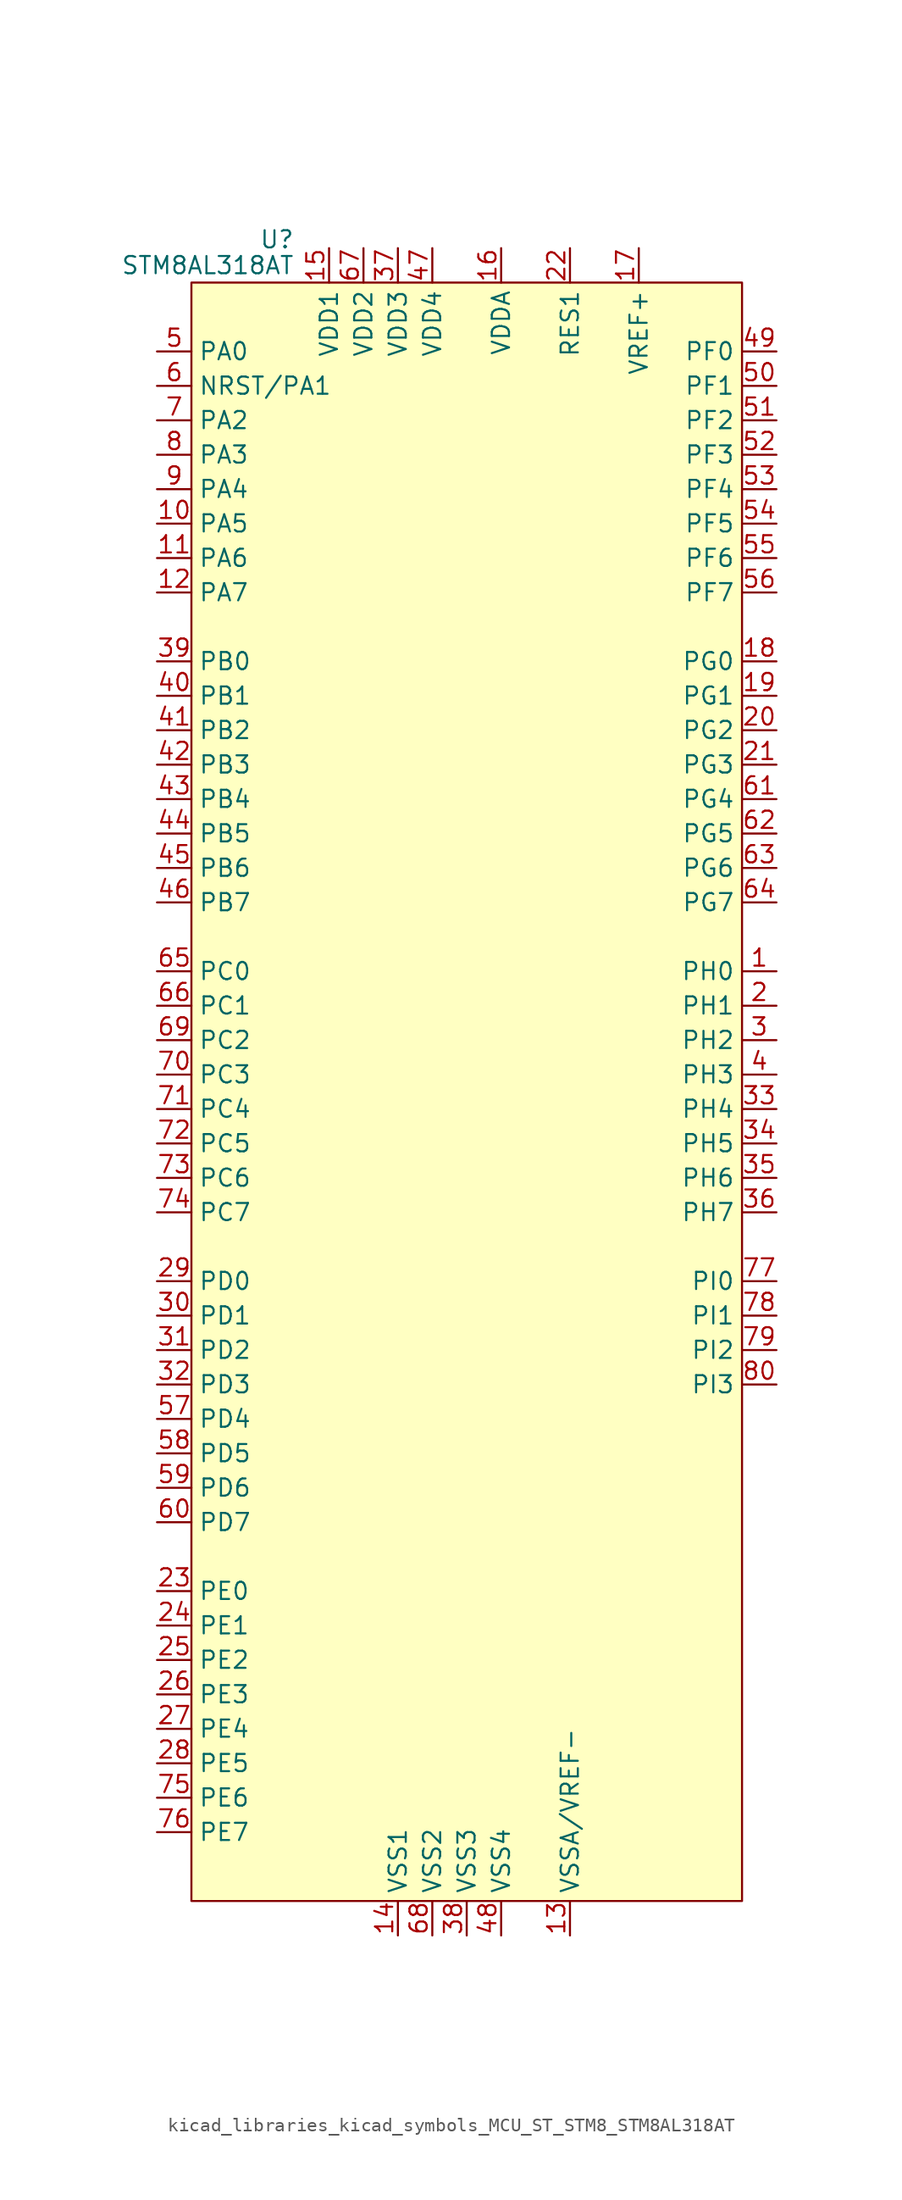
<source format=kicad_sym>
(kicad_symbol_lib
  (version 20220914)
  (generator kicad_symbol_editor)
  (symbol "kicad_libraries_kicad_symbols_MCU_ST_STM8_STM8AL318AT"
    (property "Reference" "U"
      (at -12.7 61.595 0)
      (effects (font (size 1.27 1.27)) (justify right)))
    (property "Value" "STM8AL318AT"
      (at -12.7 59.69 0)
      (effects (font (size 1.27 1.27)) (justify right)))
    (symbol "kicad_libraries_kicad_symbols_MCU_ST_STM8_STM8AL318AT_0_0"
      (pin bidirectional line (at 22.86 7.62 180) (length 2.54) (name "PH0" (effects (font (size 1.27 1.27)))) (number "1" (effects (font (size 1.27 1.27)))))
      (pin bidirectional line (at -22.86 40.64 0) (length 2.54) (name "PA5" (effects (font (size 1.27 1.27)))) (number "10" (effects (font (size 1.27 1.27)))))
      (pin bidirectional line (at -22.86 38.1 0) (length 2.54) (name "PA6" (effects (font (size 1.27 1.27)))) (number "11" (effects (font (size 1.27 1.27)))))
      (pin bidirectional line (at -22.86 35.56 0) (length 2.54) (name "PA7" (effects (font (size 1.27 1.27)))) (number "12" (effects (font (size 1.27 1.27)))))
      (pin power_in line (at 7.62 -63.5 90) (length 2.54) (name "VSSA/VREF-" (effects (font (size 1.27 1.27)))) (number "13" (effects (font (size 1.27 1.27)))))
      (pin power_in line (at -5.08 -63.5 90) (length 2.54) (name "VSS1" (effects (font (size 1.27 1.27)))) (number "14" (effects (font (size 1.27 1.27)))))
      (pin power_in line (at -10.16 60.96 270) (length 2.54) (name "VDD1" (effects (font (size 1.27 1.27)))) (number "15" (effects (font (size 1.27 1.27)))))
      (pin power_in line (at 2.54 60.96 270) (length 2.54) (name "VDDA" (effects (font (size 1.27 1.27)))) (number "16" (effects (font (size 1.27 1.27)))))
      (pin power_in line (at 12.7 60.96 270) (length 2.54) (name "VREF+" (effects (font (size 1.27 1.27)))) (number "17" (effects (font (size 1.27 1.27)))))
      (pin bidirectional line (at 22.86 30.48 180) (length 2.54) (name "PG0" (effects (font (size 1.27 1.27)))) (number "18" (effects (font (size 1.27 1.27)))))
      (pin bidirectional line (at 22.86 27.94 180) (length 2.54) (name "PG1" (effects (font (size 1.27 1.27)))) (number "19" (effects (font (size 1.27 1.27)))))
      (pin bidirectional line (at 22.86 5.08 180) (length 2.54) (name "PH1" (effects (font (size 1.27 1.27)))) (number "2" (effects (font (size 1.27 1.27)))))
      (pin bidirectional line (at 22.86 25.4 180) (length 2.54) (name "PG2" (effects (font (size 1.27 1.27)))) (number "20" (effects (font (size 1.27 1.27)))))
      (pin bidirectional line (at 22.86 22.86 180) (length 2.54) (name "PG3" (effects (font (size 1.27 1.27)))) (number "21" (effects (font (size 1.27 1.27)))))
      (pin power_in line (at 7.62 60.96 270) (length 2.54) (name "RES1" (effects (font (size 1.27 1.27)))) (number "22" (effects (font (size 1.27 1.27)))))
      (pin bidirectional line (at -22.86 -38.1 0) (length 2.54) (name "PE0" (effects (font (size 1.27 1.27)))) (number "23" (effects (font (size 1.27 1.27)))))
      (pin bidirectional line (at -22.86 -40.64 0) (length 2.54) (name "PE1" (effects (font (size 1.27 1.27)))) (number "24" (effects (font (size 1.27 1.27)))))
      (pin bidirectional line (at -22.86 -43.18 0) (length 2.54) (name "PE2" (effects (font (size 1.27 1.27)))) (number "25" (effects (font (size 1.27 1.27)))))
      (pin bidirectional line (at -22.86 -45.72 0) (length 2.54) (name "PE3" (effects (font (size 1.27 1.27)))) (number "26" (effects (font (size 1.27 1.27)))))
      (pin bidirectional line (at -22.86 -48.26 0) (length 2.54) (name "PE4" (effects (font (size 1.27 1.27)))) (number "27" (effects (font (size 1.27 1.27)))))
      (pin bidirectional line (at -22.86 -50.8 0) (length 2.54) (name "PE5" (effects (font (size 1.27 1.27)))) (number "28" (effects (font (size 1.27 1.27)))))
      (pin bidirectional line (at -22.86 -15.24 0) (length 2.54) (name "PD0" (effects (font (size 1.27 1.27)))) (number "29" (effects (font (size 1.27 1.27)))))
      (pin bidirectional line (at 22.86 2.54 180) (length 2.54) (name "PH2" (effects (font (size 1.27 1.27)))) (number "3" (effects (font (size 1.27 1.27)))))
      (pin bidirectional line (at -22.86 -17.78 0) (length 2.54) (name "PD1" (effects (font (size 1.27 1.27)))) (number "30" (effects (font (size 1.27 1.27)))))
      (pin bidirectional line (at -22.86 -20.32 0) (length 2.54) (name "PD2" (effects (font (size 1.27 1.27)))) (number "31" (effects (font (size 1.27 1.27)))))
      (pin bidirectional line (at -22.86 -22.86 0) (length 2.54) (name "PD3" (effects (font (size 1.27 1.27)))) (number "32" (effects (font (size 1.27 1.27)))))
      (pin bidirectional line (at 22.86 -2.54 180) (length 2.54) (name "PH4" (effects (font (size 1.27 1.27)))) (number "33" (effects (font (size 1.27 1.27)))))
      (pin bidirectional line (at 22.86 -5.08 180) (length 2.54) (name "PH5" (effects (font (size 1.27 1.27)))) (number "34" (effects (font (size 1.27 1.27)))))
      (pin bidirectional line (at 22.86 -7.62 180) (length 2.54) (name "PH6" (effects (font (size 1.27 1.27)))) (number "35" (effects (font (size 1.27 1.27)))))
      (pin bidirectional line (at 22.86 -10.16 180) (length 2.54) (name "PH7" (effects (font (size 1.27 1.27)))) (number "36" (effects (font (size 1.27 1.27)))))
      (pin power_in line (at -5.08 60.96 270) (length 2.54) (name "VDD3" (effects (font (size 1.27 1.27)))) (number "37" (effects (font (size 1.27 1.27)))))
      (pin power_in line (at 0 -63.5 90) (length 2.54) (name "VSS3" (effects (font (size 1.27 1.27)))) (number "38" (effects (font (size 1.27 1.27)))))
      (pin bidirectional line (at -22.86 30.48 0) (length 2.54) (name "PB0" (effects (font (size 1.27 1.27)))) (number "39" (effects (font (size 1.27 1.27)))))
      (pin bidirectional line (at 22.86 0 180) (length 2.54) (name "PH3" (effects (font (size 1.27 1.27)))) (number "4" (effects (font (size 1.27 1.27)))))
      (pin bidirectional line (at -22.86 27.94 0) (length 2.54) (name "PB1" (effects (font (size 1.27 1.27)))) (number "40" (effects (font (size 1.27 1.27)))))
      (pin bidirectional line (at -22.86 25.4 0) (length 2.54) (name "PB2" (effects (font (size 1.27 1.27)))) (number "41" (effects (font (size 1.27 1.27)))))
      (pin bidirectional line (at -22.86 22.86 0) (length 2.54) (name "PB3" (effects (font (size 1.27 1.27)))) (number "42" (effects (font (size 1.27 1.27)))))
      (pin bidirectional line (at -22.86 20.32 0) (length 2.54) (name "PB4" (effects (font (size 1.27 1.27)))) (number "43" (effects (font (size 1.27 1.27)))))
      (pin bidirectional line (at -22.86 17.78 0) (length 2.54) (name "PB5" (effects (font (size 1.27 1.27)))) (number "44" (effects (font (size 1.27 1.27)))))
      (pin bidirectional line (at -22.86 15.24 0) (length 2.54) (name "PB6" (effects (font (size 1.27 1.27)))) (number "45" (effects (font (size 1.27 1.27)))))
      (pin bidirectional line (at -22.86 12.7 0) (length 2.54) (name "PB7" (effects (font (size 1.27 1.27)))) (number "46" (effects (font (size 1.27 1.27)))))
      (pin power_in line (at -2.54 60.96 270) (length 2.54) (name "VDD4" (effects (font (size 1.27 1.27)))) (number "47" (effects (font (size 1.27 1.27)))))
      (pin power_in line (at 2.54 -63.5 90) (length 2.54) (name "VSS4" (effects (font (size 1.27 1.27)))) (number "48" (effects (font (size 1.27 1.27)))))
      (pin bidirectional line (at 22.86 53.34 180) (length 2.54) (name "PF0" (effects (font (size 1.27 1.27)))) (number "49" (effects (font (size 1.27 1.27)))))
      (pin bidirectional line (at -22.86 53.34 0) (length 2.54) (name "PA0" (effects (font (size 1.27 1.27)))) (number "5" (effects (font (size 1.27 1.27)))))
      (pin bidirectional line (at 22.86 50.8 180) (length 2.54) (name "PF1" (effects (font (size 1.27 1.27)))) (number "50" (effects (font (size 1.27 1.27)))))
      (pin bidirectional line (at 22.86 48.26 180) (length 2.54) (name "PF2" (effects (font (size 1.27 1.27)))) (number "51" (effects (font (size 1.27 1.27)))))
      (pin bidirectional line (at 22.86 45.72 180) (length 2.54) (name "PF3" (effects (font (size 1.27 1.27)))) (number "52" (effects (font (size 1.27 1.27)))))
      (pin bidirectional line (at 22.86 43.18 180) (length 2.54) (name "PF4" (effects (font (size 1.27 1.27)))) (number "53" (effects (font (size 1.27 1.27)))))
      (pin bidirectional line (at 22.86 40.64 180) (length 2.54) (name "PF5" (effects (font (size 1.27 1.27)))) (number "54" (effects (font (size 1.27 1.27)))))
      (pin bidirectional line (at 22.86 38.1 180) (length 2.54) (name "PF6" (effects (font (size 1.27 1.27)))) (number "55" (effects (font (size 1.27 1.27)))))
      (pin bidirectional line (at 22.86 35.56 180) (length 2.54) (name "PF7" (effects (font (size 1.27 1.27)))) (number "56" (effects (font (size 1.27 1.27)))))
      (pin bidirectional line (at -22.86 -25.4 0) (length 2.54) (name "PD4" (effects (font (size 1.27 1.27)))) (number "57" (effects (font (size 1.27 1.27)))))
      (pin bidirectional line (at -22.86 -27.94 0) (length 2.54) (name "PD5" (effects (font (size 1.27 1.27)))) (number "58" (effects (font (size 1.27 1.27)))))
      (pin bidirectional line (at -22.86 -30.48 0) (length 2.54) (name "PD6" (effects (font (size 1.27 1.27)))) (number "59" (effects (font (size 1.27 1.27)))))
      (pin bidirectional line (at -22.86 50.8 0) (length 2.54) (name "NRST/PA1" (effects (font (size 1.27 1.27)))) (number "6" (effects (font (size 1.27 1.27)))))
      (pin bidirectional line (at -22.86 -33.02 0) (length 2.54) (name "PD7" (effects (font (size 1.27 1.27)))) (number "60" (effects (font (size 1.27 1.27)))))
      (pin bidirectional line (at 22.86 20.32 180) (length 2.54) (name "PG4" (effects (font (size 1.27 1.27)))) (number "61" (effects (font (size 1.27 1.27)))))
      (pin bidirectional line (at 22.86 17.78 180) (length 2.54) (name "PG5" (effects (font (size 1.27 1.27)))) (number "62" (effects (font (size 1.27 1.27)))))
      (pin bidirectional line (at 22.86 15.24 180) (length 2.54) (name "PG6" (effects (font (size 1.27 1.27)))) (number "63" (effects (font (size 1.27 1.27)))))
      (pin bidirectional line (at 22.86 12.7 180) (length 2.54) (name "PG7" (effects (font (size 1.27 1.27)))) (number "64" (effects (font (size 1.27 1.27)))))
      (pin bidirectional line (at -22.86 7.62 0) (length 2.54) (name "PC0" (effects (font (size 1.27 1.27)))) (number "65" (effects (font (size 1.27 1.27)))))
      (pin bidirectional line (at -22.86 5.08 0) (length 2.54) (name "PC1" (effects (font (size 1.27 1.27)))) (number "66" (effects (font (size 1.27 1.27)))))
      (pin power_in line (at -7.62 60.96 270) (length 2.54) (name "VDD2" (effects (font (size 1.27 1.27)))) (number "67" (effects (font (size 1.27 1.27)))))
      (pin power_in line (at -2.54 -63.5 90) (length 2.54) (name "VSS2" (effects (font (size 1.27 1.27)))) (number "68" (effects (font (size 1.27 1.27)))))
      (pin bidirectional line (at -22.86 2.54 0) (length 2.54) (name "PC2" (effects (font (size 1.27 1.27)))) (number "69" (effects (font (size 1.27 1.27)))))
      (pin bidirectional line (at -22.86 48.26 0) (length 2.54) (name "PA2" (effects (font (size 1.27 1.27)))) (number "7" (effects (font (size 1.27 1.27)))))
      (pin bidirectional line (at -22.86 0 0) (length 2.54) (name "PC3" (effects (font (size 1.27 1.27)))) (number "70" (effects (font (size 1.27 1.27)))))
      (pin bidirectional line (at -22.86 -2.54 0) (length 2.54) (name "PC4" (effects (font (size 1.27 1.27)))) (number "71" (effects (font (size 1.27 1.27)))))
      (pin bidirectional line (at -22.86 -5.08 0) (length 2.54) (name "PC5" (effects (font (size 1.27 1.27)))) (number "72" (effects (font (size 1.27 1.27)))))
      (pin bidirectional line (at -22.86 -7.62 0) (length 2.54) (name "PC6" (effects (font (size 1.27 1.27)))) (number "73" (effects (font (size 1.27 1.27)))))
      (pin bidirectional line (at -22.86 -10.16 0) (length 2.54) (name "PC7" (effects (font (size 1.27 1.27)))) (number "74" (effects (font (size 1.27 1.27)))))
      (pin bidirectional line (at -22.86 -53.34 0) (length 2.54) (name "PE6" (effects (font (size 1.27 1.27)))) (number "75" (effects (font (size 1.27 1.27)))))
      (pin bidirectional line (at -22.86 -55.88 0) (length 2.54) (name "PE7" (effects (font (size 1.27 1.27)))) (number "76" (effects (font (size 1.27 1.27)))))
      (pin bidirectional line (at 22.86 -15.24 180) (length 2.54) (name "PI0" (effects (font (size 1.27 1.27)))) (number "77" (effects (font (size 1.27 1.27)))))
      (pin bidirectional line (at 22.86 -17.78 180) (length 2.54) (name "PI1" (effects (font (size 1.27 1.27)))) (number "78" (effects (font (size 1.27 1.27)))))
      (pin bidirectional line (at 22.86 -20.32 180) (length 2.54) (name "PI2" (effects (font (size 1.27 1.27)))) (number "79" (effects (font (size 1.27 1.27)))))
      (pin bidirectional line (at -22.86 45.72 0) (length 2.54) (name "PA3" (effects (font (size 1.27 1.27)))) (number "8" (effects (font (size 1.27 1.27)))))
      (pin bidirectional line (at 22.86 -22.86 180) (length 2.54) (name "PI3" (effects (font (size 1.27 1.27)))) (number "80" (effects (font (size 1.27 1.27)))))
      (pin bidirectional line (at -22.86 43.18 0) (length 2.54) (name "PA4" (effects (font (size 1.27 1.27)))) (number "9" (effects (font (size 1.27 1.27))))))
    (symbol "kicad_libraries_kicad_symbols_MCU_ST_STM8_STM8AL318AT_0_1"
      (rectangle (start -20.32 58.42) (end 20.32 -60.96) (stroke (width 0) (type default)) (fill (type background))))))
</source>
